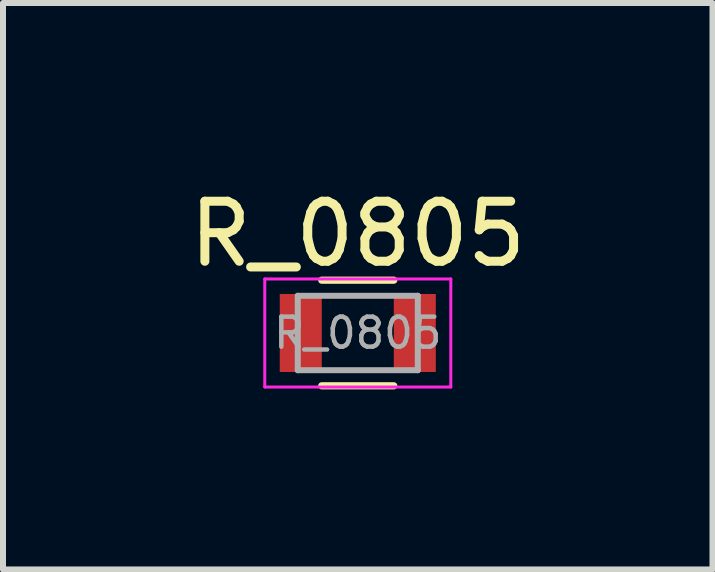
<source format=kicad_pcb>
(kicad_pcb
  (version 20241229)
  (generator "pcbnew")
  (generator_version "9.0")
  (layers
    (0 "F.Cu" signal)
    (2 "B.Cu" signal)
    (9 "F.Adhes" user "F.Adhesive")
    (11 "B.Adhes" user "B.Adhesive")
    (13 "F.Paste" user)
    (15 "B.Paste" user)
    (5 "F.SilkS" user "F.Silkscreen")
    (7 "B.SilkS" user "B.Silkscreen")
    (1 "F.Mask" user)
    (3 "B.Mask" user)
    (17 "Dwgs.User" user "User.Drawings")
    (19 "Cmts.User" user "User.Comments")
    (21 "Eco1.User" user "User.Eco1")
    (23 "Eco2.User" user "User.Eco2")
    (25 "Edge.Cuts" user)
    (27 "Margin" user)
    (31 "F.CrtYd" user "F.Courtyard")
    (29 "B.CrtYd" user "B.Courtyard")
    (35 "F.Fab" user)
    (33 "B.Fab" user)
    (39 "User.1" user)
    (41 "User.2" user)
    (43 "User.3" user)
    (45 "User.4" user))
  (footprint "R_0805"
    (layer "F.Cu")
    (at 2.911 2.498)
    (property "Reference" "R_0805" (at 0 -1.65 0) (layer "F.SilkS") (effects (font (size 1 1) (thickness 0.15))))
    (attr smd)
    (fp_line (start -0.6 -0.88) (end 0.6 -0.88) (stroke (width 0.12) (type solid)) (layer "F.SilkS"))
    (fp_line (start 0.6 0.88) (end -0.6 0.88) (stroke (width 0.12) (type solid)) (layer "F.SilkS"))
    (fp_line (start -1.55 -0.9) (end -1.55 0.9) (stroke (width 0.05) (type solid)) (layer "F.CrtYd"))
    (fp_line (start -1.55 -0.9) (end 1.55 -0.9) (stroke (width 0.05) (type solid)) (layer "F.CrtYd"))
    (fp_line (start 1.55 0.9) (end -1.55 0.9) (stroke (width 0.05) (type solid)) (layer "F.CrtYd"))
    (fp_line (start 1.55 0.9) (end 1.55 -0.9) (stroke (width 0.05) (type solid)) (layer "F.CrtYd"))
    (fp_line (start -1 -0.62) (end 1 -0.62) (stroke (width 0.1) (type solid)) (layer "F.Fab"))
    (fp_line (start -1 0.62) (end -1 -0.62) (stroke (width 0.1) (type solid)) (layer "F.Fab"))
    (fp_line (start 1 -0.62) (end 1 0.62) (stroke (width 0.1) (type solid)) (layer "F.Fab"))
    (fp_line (start 1 0.62) (end -1 0.62) (stroke (width 0.1) (type solid)) (layer "F.Fab"))
    (fp_text user "${REFERENCE}" (at 0 0 0) (layer "F.Fab") (effects (font (size 0.5 0.5) (thickness 0.075))))
    (pad "1" smd rect (at -0.95 0) (size 0.7 1.3) (layers "F.Cu" "F.Mask" "F.Paste"))
    (pad "2" smd rect (at 0.95 0) (size 0.7 1.3) (layers "F.Cu" "F.Mask" "F.Paste")))
  (gr_rect
    (start -3 -3)
    (end 8.821 6.438)
    (stroke (width 0.1) (type default))
    (fill no)
    (layer "Edge.Cuts")))
</source>
